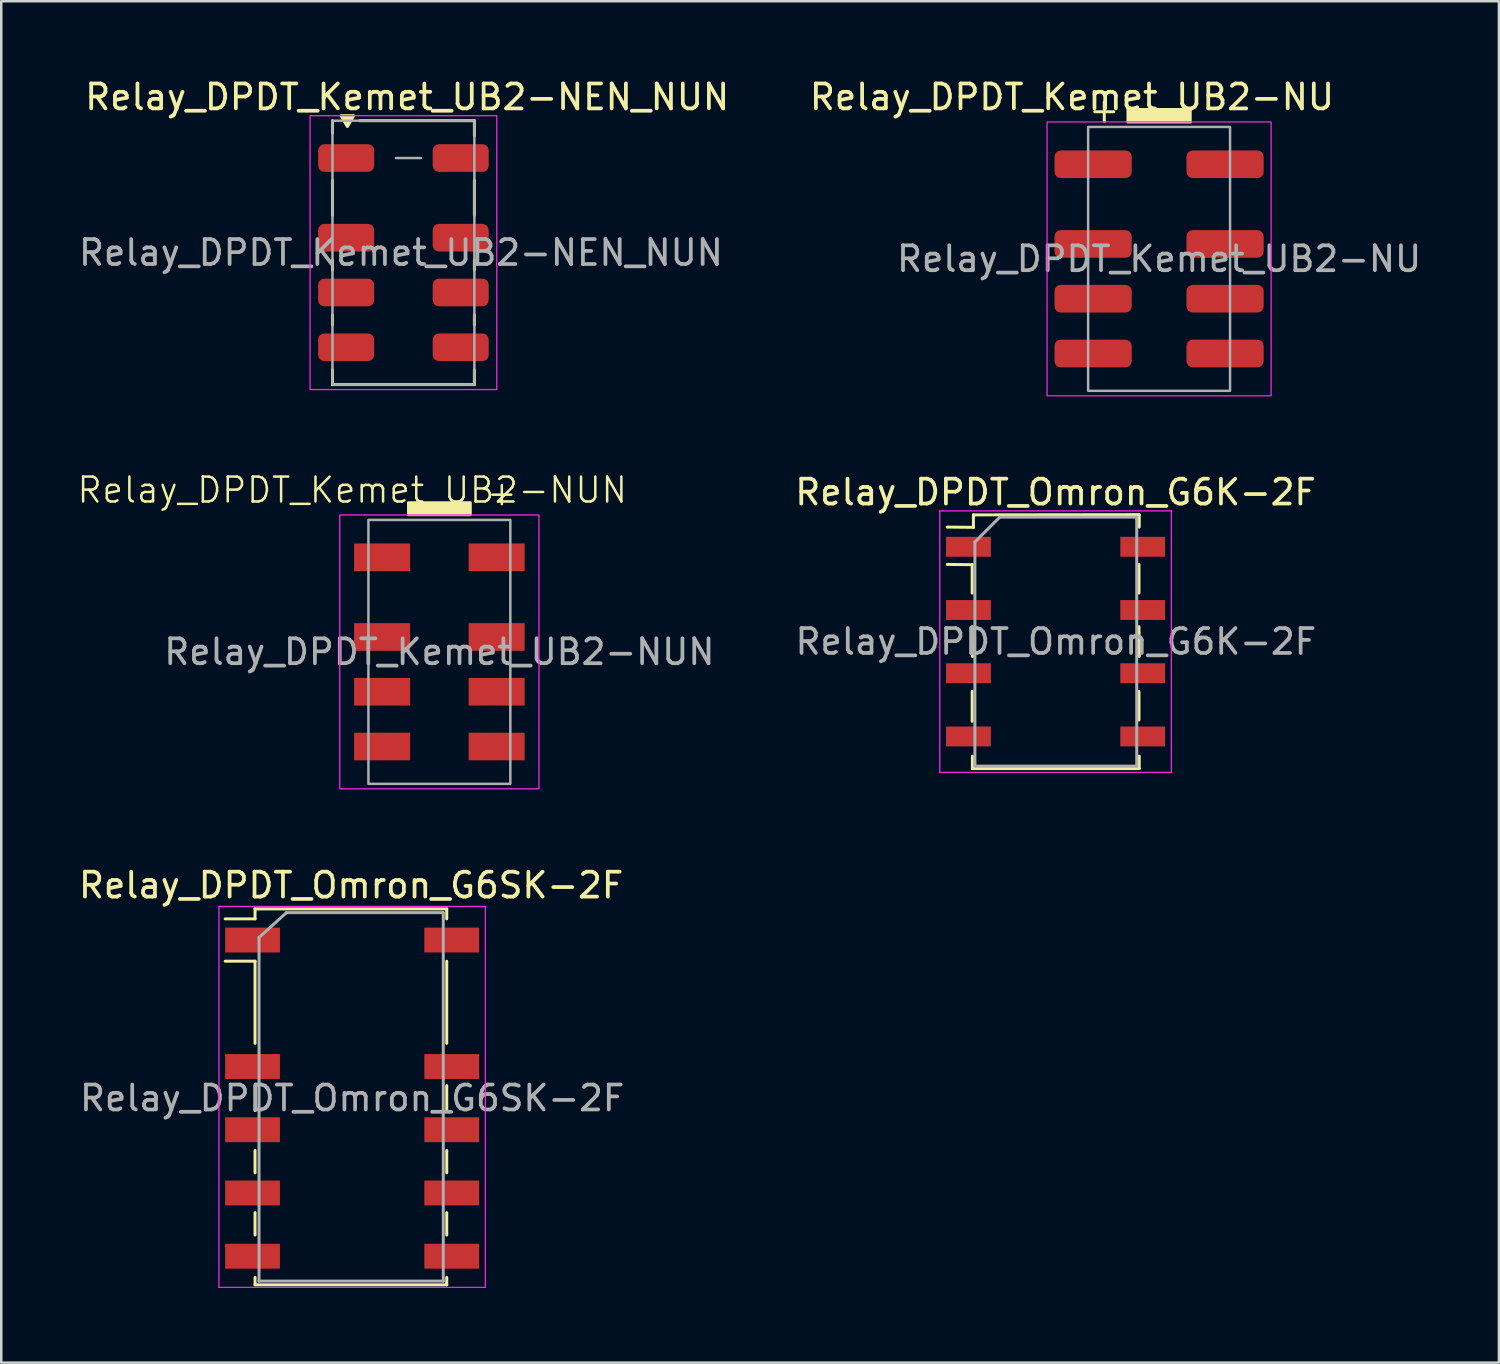
<source format=kicad_pcb>
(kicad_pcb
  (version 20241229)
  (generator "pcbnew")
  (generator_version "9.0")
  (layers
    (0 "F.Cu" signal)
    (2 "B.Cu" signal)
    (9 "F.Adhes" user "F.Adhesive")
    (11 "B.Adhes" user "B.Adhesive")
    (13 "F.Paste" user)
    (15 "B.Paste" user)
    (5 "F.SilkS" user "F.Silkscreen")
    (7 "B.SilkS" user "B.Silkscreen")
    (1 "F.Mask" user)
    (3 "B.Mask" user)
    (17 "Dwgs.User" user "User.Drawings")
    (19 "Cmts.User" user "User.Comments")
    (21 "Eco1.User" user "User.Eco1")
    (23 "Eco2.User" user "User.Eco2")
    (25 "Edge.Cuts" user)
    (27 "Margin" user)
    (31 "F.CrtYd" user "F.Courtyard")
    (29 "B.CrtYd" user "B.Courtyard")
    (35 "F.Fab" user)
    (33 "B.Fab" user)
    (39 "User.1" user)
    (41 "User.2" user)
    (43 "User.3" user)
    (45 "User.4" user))
  (footprint "Relay_DPDT_Omron_G6K-2F"
    (layer "F.Cu")
    (at 39.348 22.721)
    (property "Reference" "Relay_DPDT_Omron_G6K-2F" (at 0 -6 0) (layer "F.SilkS") (effects (font (size 1 1) (thickness 0.15))))
    (attr smd)
    (fp_line (start -3.35 -3.09) (end -4.35 -3.1) (stroke (width 0.12) (type solid)) (layer "F.SilkS"))
    (fp_line (start -3.35 -1.95) (end -3.35 -3.1) (stroke (width 0.12) (type solid)) (layer "F.SilkS"))
    (fp_line (start -3.35 3.2) (end -3.35 2) (stroke (width 0.12) (type solid)) (layer "F.SilkS"))
    (fp_line (start -3.34 0.6) (end -3.35 -0.6) (stroke (width 0.12) (type solid)) (layer "F.SilkS"))
    (fp_line (start -3.34 5.1) (end -3.34 4.6) (stroke (width 0.12) (type solid)) (layer "F.SilkS"))
    (fp_line (start -3.3 -5.09) (end -3.3 -4.59) (stroke (width 0.12) (type solid)) (layer "F.SilkS"))
    (fp_line (start -3.3 -5.09) (end 3.36 -5.1) (stroke (width 0.12) (type solid)) (layer "F.SilkS"))
    (fp_line (start -3.3 -4.59) (end -4.35 -4.6) (stroke (width 0.12) (type solid)) (layer "F.SilkS"))
    (fp_line (start 3.35 -3.1) (end 3.35 -1.95) (stroke (width 0.12) (type solid)) (layer "F.SilkS"))
    (fp_line (start 3.35 -0.6) (end 3.36 0.6) (stroke (width 0.12) (type solid)) (layer "F.SilkS"))
    (fp_line (start 3.35 2) (end 3.35 3.15) (stroke (width 0.12) (type solid)) (layer "F.SilkS"))
    (fp_line (start 3.36 -5.1) (end 3.36 -4.6) (stroke (width 0.12) (type solid)) (layer "F.SilkS"))
    (fp_line (start 3.36 4.6) (end 3.36 5.1) (stroke (width 0.12) (type solid)) (layer "F.SilkS"))
    (fp_line (start 3.36 5.1) (end -3.34 5.1) (stroke (width 0.12) (type solid)) (layer "F.SilkS"))
    (fp_line (start -4.65 -5.25) (end -4.65 5.25) (stroke (width 0.05) (type solid)) (layer "F.CrtYd"))
    (fp_line (start -4.65 -5.25) (end 4.65 -5.25) (stroke (width 0.05) (type solid)) (layer "F.CrtYd"))
    (fp_line (start 4.65 5.25) (end -4.65 5.25) (stroke (width 0.05) (type solid)) (layer "F.CrtYd"))
    (fp_line (start 4.65 5.25) (end 4.65 -5.25) (stroke (width 0.05) (type solid)) (layer "F.CrtYd"))
    (fp_line (start -3.24 -4) (end -2.24 -5) (stroke (width 0.12) (type solid)) (layer "F.Fab"))
    (fp_line (start -3.24 5) (end -3.24 -4) (stroke (width 0.12) (type solid)) (layer "F.Fab"))
    (fp_line (start -2.24 -5) (end 3.26 -5) (stroke (width 0.12) (type solid)) (layer "F.Fab"))
    (fp_line (start 3.26 -5) (end 3.26 5) (stroke (width 0.12) (type solid)) (layer "F.Fab"))
    (fp_line (start 3.26 5) (end -3.24 5) (stroke (width 0.12) (type solid)) (layer "F.Fab"))
    (fp_text user "${REFERENCE}" (at 0.01 0 0) (layer "F.Fab") (effects (font (size 1 1) (thickness 0.15))))
    (pad "1" smd rect (at -3.5 -3.81) (size 1.8 0.8) (layers "F.Cu" "F.Mask" "F.Paste"))
    (pad "2" smd rect (at -3.5 -1.27) (size 1.8 0.8) (layers "F.Cu" "F.Mask" "F.Paste"))
    (pad "3" smd rect (at -3.5 1.27) (size 1.8 0.8) (layers "F.Cu" "F.Mask" "F.Paste"))
    (pad "4" smd rect (at -3.5 3.81) (size 1.8 0.8) (layers "F.Cu" "F.Mask" "F.Paste"))
    (pad "5" smd rect (at 3.5 3.81) (size 1.8 0.8) (layers "F.Cu" "F.Mask" "F.Paste"))
    (pad "6" smd rect (at 3.5 1.27) (size 1.8 0.8) (layers "F.Cu" "F.Mask" "F.Paste"))
    (pad "7" smd rect (at 3.5 -1.27) (size 1.8 0.8) (layers "F.Cu" "F.Mask" "F.Paste"))
    (pad "8" smd rect (at 3.5 -3.81) (size 1.8 0.8) (layers "F.Cu" "F.Mask" "F.Paste")))
  (footprint "Relay_DPDT_Omron_G6SK-2F"
    (layer "F.Cu")
    (at 11.094 41.057)
    (property "Reference" "Relay_DPDT_Omron_G6SK-2F" (at -0.04 -8.55 0) (layer "F.SilkS") (effects (font (size 1 1) (thickness 0.15))))
    (attr smd)
    (fp_line (start -5.1 -7.2) (end -3.9 -7.2) (stroke (width 0.12) (type solid)) (layer "F.SilkS"))
    (fp_line (start -3.9 -7.6) (end 3.8 -7.6) (stroke (width 0.12) (type solid)) (layer "F.SilkS"))
    (fp_line (start -3.9 -7.2) (end -3.9 -7.6) (stroke (width 0.12) (type solid)) (layer "F.SilkS"))
    (fp_line (start -3.9 -5.5) (end -5.1 -5.5) (stroke (width 0.12) (type solid)) (layer "F.SilkS"))
    (fp_line (start -3.9 -5.5) (end -3.9 -2.2) (stroke (width 0.12) (type solid)) (layer "F.SilkS"))
    (fp_line (start -3.9 -0.5) (end -3.9 0.5) (stroke (width 0.12) (type solid)) (layer "F.SilkS"))
    (fp_line (start -3.9 2.1) (end -3.9 3) (stroke (width 0.12) (type solid)) (layer "F.SilkS"))
    (fp_line (start -3.9 5.5) (end -3.9 4.6) (stroke (width 0.12) (type solid)) (layer "F.SilkS"))
    (fp_line (start -3.9 7.2) (end -3.9 7.5) (stroke (width 0.12) (type solid)) (layer "F.SilkS"))
    (fp_line (start -3.9 7.5) (end 3.8 7.5) (stroke (width 0.12) (type solid)) (layer "F.SilkS"))
    (fp_line (start 3.8 -7.6) (end 3.8 -7.2) (stroke (width 0.12) (type solid)) (layer "F.SilkS"))
    (fp_line (start 3.8 -5.5) (end 3.8 -2.2) (stroke (width 0.12) (type solid)) (layer "F.SilkS"))
    (fp_line (start 3.8 0.5) (end 3.8 -0.5) (stroke (width 0.12) (type solid)) (layer "F.SilkS"))
    (fp_line (start 3.8 3) (end 3.8 2.1) (stroke (width 0.12) (type solid)) (layer "F.SilkS"))
    (fp_line (start 3.8 4.6) (end 3.8 5.5) (stroke (width 0.12) (type solid)) (layer "F.SilkS"))
    (fp_line (start 3.8 7.5) (end 3.8 7.2) (stroke (width 0.12) (type solid)) (layer "F.SilkS"))
    (fp_line (start -5.35 -7.7) (end -5.35 7.6) (stroke (width 0.05) (type solid)) (layer "F.CrtYd"))
    (fp_line (start -5.35 -7.7) (end 5.35 -7.7) (stroke (width 0.05) (type solid)) (layer "F.CrtYd"))
    (fp_line (start 5.35 7.6) (end -5.35 7.6) (stroke (width 0.05) (type solid)) (layer "F.CrtYd"))
    (fp_line (start 5.35 7.6) (end 5.35 -7.7) (stroke (width 0.05) (type solid)) (layer "F.CrtYd"))
    (fp_line (start -3.74 -6.45) (end -2.64 -7.45) (stroke (width 0.12) (type solid)) (layer "F.Fab"))
    (fp_line (start -3.74 7.35) (end -3.74 -6.45) (stroke (width 0.12) (type solid)) (layer "F.Fab"))
    (fp_line (start -2.64 -7.45) (end 3.66 -7.45) (stroke (width 0.12) (type solid)) (layer "F.Fab"))
    (fp_line (start 3.66 -7.45) (end 3.66 7.35) (stroke (width 0.12) (type solid)) (layer "F.Fab"))
    (fp_line (start 3.66 7.35) (end -3.74 7.35) (stroke (width 0.12) (type solid)) (layer "F.Fab"))
    (fp_text user "${REFERENCE}" (at 0 0 0) (layer "F.Fab") (effects (font (size 1 1) (thickness 0.15))))
    (pad "1" smd rect (at -4 -6.35) (size 2.2 1) (layers "F.Cu" "F.Mask" "F.Paste"))
    (pad "3" smd rect (at -4 -1.27) (size 2.2 1) (layers "F.Cu" "F.Mask" "F.Paste"))
    (pad "4" smd rect (at -4 1.27) (size 2.2 1) (layers "F.Cu" "F.Mask" "F.Paste"))
    (pad "5" smd rect (at -4 3.81) (size 2.2 1) (layers "F.Cu" "F.Mask" "F.Paste"))
    (pad "6" smd rect (at -4 6.35) (size 2.2 1) (layers "F.Cu" "F.Mask" "F.Paste"))
    (pad "7" smd rect (at 4 6.35) (size 2.2 1) (layers "F.Cu" "F.Mask" "F.Paste"))
    (pad "8" smd rect (at 4 3.81) (size 2.2 1) (layers "F.Cu" "F.Mask" "F.Paste"))
    (pad "9" smd rect (at 4 1.27) (size 2.2 1) (layers "F.Cu" "F.Mask" "F.Paste"))
    (pad "10" smd rect (at 4 -1.27) (size 2.2 1) (layers "F.Cu" "F.Mask" "F.Paste"))
    (pad "12" smd rect (at 4 -6.35) (size 2.2 1) (layers "F.Cu" "F.Mask" "F.Paste")))
  (footprint "Relay_DPDT_Kemet_UB2-NU"
    (layer "F.Cu")
    (at 43.506 7.348)
    (property "Reference" "Relay_DPDT_Kemet_UB2-NU" (at -3.5 -6.5 0) (unlocked yes) (layer "F.SilkS") (effects (font (size 1 1) (thickness 0.15))))
    (attr smd)
    (fp_rect (start -1.25 -6) (end 1.25 -5.5) (stroke (width 0.12) (type solid)) (fill yes) (layer "F.SilkS"))
    (fp_rect (start -4.5 -5.5) (end 4.5 5.5) (stroke (width 0.05) (type default)) (fill no) (layer "F.CrtYd"))
    (fp_rect (start -2.85 -5.3) (end 2.85 5.3) (stroke (width 0.1) (type default)) (fill no) (layer "F.Fab"))
    (fp_text user "+" (at -2.9 -5.4 0) (unlocked yes) (layer "F.SilkS") (effects (font (size 1 1) (thickness 0.12)) (justify left bottom)))
    (fp_text user "${REFERENCE}" (at 0 0 0) (unlocked yes) (layer "F.Fab") (effects (font (size 1 1) (thickness 0.15))))
    (pad "1" smd roundrect (at -2.65 -3.8 270) (size 1.11 3.1) (layers "F.Cu" "F.Mask" "F.Paste") (roundrect_rratio 0.225))
    (pad "2" smd roundrect (at -2.65 -0.6 270) (size 1.11 3.1) (layers "F.Cu" "F.Mask" "F.Paste") (roundrect_rratio 0.225))
    (pad "3" smd roundrect (at -2.65 1.6 270) (size 1.11 3.1) (layers "F.Cu" "F.Mask" "F.Paste") (roundrect_rratio 0.225))
    (pad "4" smd roundrect (at -2.65 3.8 270) (size 1.11 3.1) (layers "F.Cu" "F.Mask" "F.Paste") (roundrect_rratio 0.225))
    (pad "5" smd roundrect (at 2.65 3.8 270) (size 1.11 3.1) (layers "F.Cu" "F.Mask" "F.Paste") (roundrect_rratio 0.225))
    (pad "6" smd roundrect (at 2.65 1.6 270) (size 1.11 3.1) (layers "F.Cu" "F.Mask" "F.Paste") (roundrect_rratio 0.225))
    (pad "7" smd roundrect (at 2.65 -0.6 270) (size 1.11 3.1) (layers "F.Cu" "F.Mask" "F.Paste") (roundrect_rratio 0.225))
    (pad "8" smd roundrect (at 2.65 -3.8 270) (size 1.11 3.1) (layers "F.Cu" "F.Mask" "F.Paste") (roundrect_rratio 0.225)))
  (footprint "Relay_DPDT_Kemet_UB2-NUN"
    (layer "F.Cu")
    (at 14.598 23.134)
    (property "Reference" "Relay_DPDT_Kemet_UB2-NUN" (at -3.5 -6.5 0) (unlocked yes) (layer "F.SilkS") (effects (font (size 1 1) (thickness 0.1))))
    (attr smd)
    (fp_rect (start -1.25 -6) (end 1.25 -5.5) (stroke (width 0.1) (type solid)) (fill yes) (layer "F.SilkS"))
    (fp_rect (start -4 -5.5) (end 4 5.5) (stroke (width 0.05) (type default)) (fill no) (layer "F.CrtYd"))
    (fp_rect (start -2.85 -5.3) (end 2.85 5.3) (stroke (width 0.1) (type default)) (fill no) (layer "F.Fab"))
    (fp_text user "+" (at 2 -7 270) (unlocked yes) (layer "F.SilkS") (effects (font (size 1 1) (thickness 0.1)) (justify left bottom)))
    (fp_text user "${REFERENCE}" (at 0 0 0) (unlocked yes) (layer "F.Fab") (effects (font (size 1 1) (thickness 0.15))))
    (pad "1" smd rect (at -2.3 -3.8 270) (size 1.11 2.25) (layers "F.Cu" "F.Mask" "F.Paste"))
    (pad "2" smd rect (at -2.3 -0.6 270) (size 1.11 2.25) (layers "F.Cu" "F.Mask" "F.Paste"))
    (pad "3" smd rect (at -2.3 1.6 270) (size 1.11 2.25) (layers "F.Cu" "F.Mask" "F.Paste"))
    (pad "4" smd rect (at -2.3 3.8 270) (size 1.11 2.25) (layers "F.Cu" "F.Mask" "F.Paste"))
    (pad "5" smd rect (at 2.3 3.8 270) (size 1.11 2.25) (layers "F.Cu" "F.Mask" "F.Paste"))
    (pad "6" smd rect (at 2.3 1.6 270) (size 1.11 2.25) (layers "F.Cu" "F.Mask" "F.Paste"))
    (pad "7" smd rect (at 2.3 -0.6 270) (size 1.11 2.25) (layers "F.Cu" "F.Mask" "F.Paste"))
    (pad "8" smd rect (at 2.3 -3.8 270) (size 1.11 2.25) (layers "F.Cu" "F.Mask" "F.Paste")))
  (footprint "Relay_DPDT_Kemet_UB2-NEN_NUN"
    (layer "F.Cu")
    (at 13.154 7.098)
    (property "Reference" "Relay_DPDT_Kemet_UB2-NEN_NUN" (at 0.15 -6.25 0) (unlocked yes) (layer "F.SilkS") (effects (font (size 1 1) (thickness 0.15))))
    (attr smd)
    (fp_line (start -2.85 -4.8) (end -2.85 -5.3) (stroke (width 0.12) (type default)) (layer "F.SilkS"))
    (fp_line (start -2.85 -1.5) (end -2.85 -2.9) (stroke (width 0.12) (type default)) (layer "F.SilkS"))
    (fp_line (start -2.85 0.7) (end -2.85 0.3) (stroke (width 0.12) (type default)) (layer "F.SilkS"))
    (fp_line (start -2.85 2.9) (end -2.85 2.5) (stroke (width 0.12) (type default)) (layer "F.SilkS"))
    (fp_line (start -2.85 5.3) (end -2.85 4.7) (stroke (width 0.12) (type default)) (layer "F.SilkS"))
    (fp_line (start -1.75 -5.3) (end 2.85 -5.3) (stroke (width 0.12) (type default)) (layer "F.SilkS"))
    (fp_line (start 2.85 -4.7) (end 2.85 -5.3) (stroke (width 0.12) (type default)) (layer "F.SilkS"))
    (fp_line (start 2.85 -1.5) (end 2.85 -2.9) (stroke (width 0.12) (type default)) (layer "F.SilkS"))
    (fp_line (start 2.85 0.7) (end 2.85 0.3) (stroke (width 0.12) (type default)) (layer "F.SilkS"))
    (fp_line (start 2.85 2.9) (end 2.85 2.5) (stroke (width 0.12) (type default)) (layer "F.SilkS"))
    (fp_line (start 2.85 5.3) (end -2.85 5.3) (stroke (width 0.12) (type default)) (layer "F.SilkS"))
    (fp_line (start 2.85 5.3) (end 2.85 4.7) (stroke (width 0.12) (type default)) (layer "F.SilkS"))
    (fp_poly (pts (xy -2 -5.5) (xy -2.25 -5.067) (xy -2.5 -5.5)) (stroke (width 0.12) (type solid)) (fill yes) (layer "F.SilkS"))
    (fp_rect (start -3.75 -5.5) (end 3.75 5.5) (stroke (width 0.05) (type default)) (fill no) (layer "F.CrtYd"))
    (fp_line (start -0.3 -3.8) (end 0.7 -3.8) (stroke (width 0.1) (type default)) (layer "F.Fab"))
    (fp_rect (start -2.85 -5.3) (end 2.85 5.3) (stroke (width 0.1) (type default)) (fill no) (layer "F.Fab"))
    (fp_text user "${REFERENCE}" (at -0.1 0 0) (unlocked yes) (layer "F.Fab") (effects (font (size 1 1) (thickness 0.15))))
    (pad "11" smd roundrect (at -2.3 1.6 270) (size 1.11 2.25) (layers "F.Cu" "F.Mask" "F.Paste") (roundrect_rratio 0.225))
    (pad "12" smd roundrect (at -2.3 -0.6 270) (size 1.11 2.25) (layers "F.Cu" "F.Mask" "F.Paste") (roundrect_rratio 0.225))
    (pad "14" smd roundrect (at -2.3 3.8 270) (size 1.11 2.25) (layers "F.Cu" "F.Mask" "F.Paste") (roundrect_rratio 0.225))
    (pad "21" smd roundrect (at 2.3 1.6 270) (size 1.11 2.25) (layers "F.Cu" "F.Mask" "F.Paste") (roundrect_rratio 0.225))
    (pad "22" smd roundrect (at 2.3 -0.6 270) (size 1.11 2.25) (layers "F.Cu" "F.Mask" "F.Paste") (roundrect_rratio 0.225))
    (pad "24" smd roundrect (at 2.3 3.8 270) (size 1.11 2.25) (layers "F.Cu" "F.Mask" "F.Paste") (roundrect_rratio 0.225))
    (pad "A1" smd roundrect (at -2.3 -3.8 270) (size 1.11 2.25) (layers "F.Cu" "F.Mask" "F.Paste") (roundrect_rratio 0.225))
    (pad "A2" smd roundrect (at 2.3 -3.8 270) (size 1.11 2.25) (layers "F.Cu" "F.Mask" "F.Paste") (roundrect_rratio 0.225)))
  (gr_rect
    (start -3 -3)
    (end 57.155 51.682)
    (stroke (width 0.1) (type default))
    (fill no)
    (layer "Edge.Cuts")))
</source>
